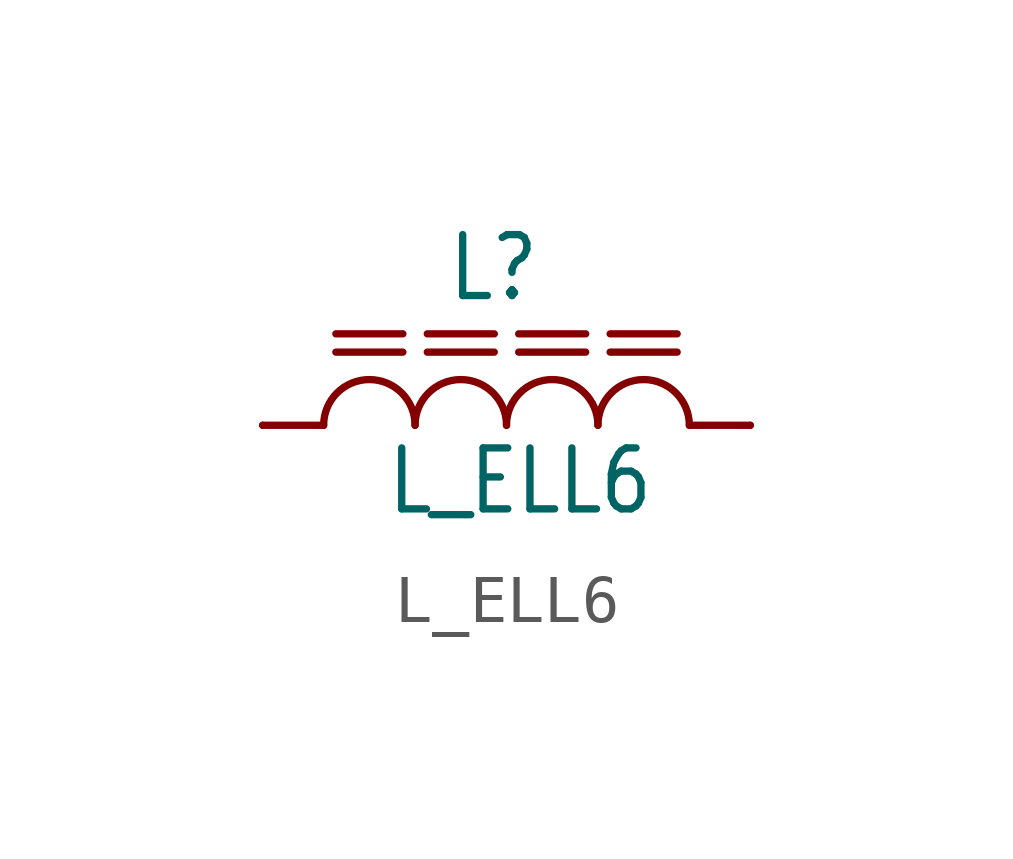
<source format=kicad_sym>
(kicad_symbol_lib
  (version 20201005)
  (generator kicad_symbol_editor)
  (symbol "L_ELL6"
    (property "Reference" "L"
      (at -1.27 2.54 0)
      (effects (font (size 1.27 1.079)) (justify left bottom)))
    (property "Value" "L_ELL6"
      (at -2.54 -1.905 0)
      (effects (font (size 1.27 1.079)) (justify left bottom)))
    (property "ki_locked" ""
      (at 0 0 0)
      (effects (font (size 1.27 1.27))))
    (symbol "L_ELL6_1_0"
      (arc (start -1.905 0) (end -3.81 0) (radius (at -2.8575 0) (length 0.9525) (angles 0.1 179.9)) (stroke (width 0.1524)) (fill (type none)))
      (arc (start 0 0) (end -1.905 0) (radius (at -0.9525 0) (length 0.9525) (angles 0.1 179.9)) (stroke (width 0.1524)) (fill (type none)))
      (arc (start 1.905 0) (end 0 0) (radius (at 0.9525 0) (length 0.9525) (angles 0.1 179.9)) (stroke (width 0.1524)) (fill (type none)))
      (arc (start 3.81 0) (end 1.905 0) (radius (at 2.8575 0) (length 0.9525) (angles 0.1 179.9)) (stroke (width 0.1524)) (fill (type none)))
      (polyline (pts (xy 3.81 0) (xy 5.08 0)) (stroke (width 0.152)) (fill (type none)))
      (polyline (pts (xy -5.08 0) (xy -3.81 0)) (stroke (width 0.152)) (fill (type none)))
      (polyline (pts (xy -3.556 1.905) (xy -2.159 1.905)) (stroke (width 0.152)) (fill (type none)))
      (polyline (pts (xy 0.254 1.905) (xy 1.651 1.905)) (stroke (width 0.152)) (fill (type none)))
      (polyline (pts (xy -1.651 1.905) (xy -0.254 1.905)) (stroke (width 0.152)) (fill (type none)))
      (polyline (pts (xy 2.159 1.905) (xy 3.556 1.905)) (stroke (width 0.152)) (fill (type none)))
      (polyline (pts (xy -3.556 1.524) (xy -2.159 1.524)) (stroke (width 0.152)) (fill (type none)))
      (polyline (pts (xy -1.651 1.524) (xy -0.254 1.524)) (stroke (width 0.152)) (fill (type none)))
      (polyline (pts (xy 0.254 1.524) (xy 1.651 1.524)) (stroke (width 0.152)) (fill (type none)))
      (polyline (pts (xy 2.159 1.524) (xy 3.556 1.524)) (stroke (width 0.152)) (fill (type none)))
      (pin passive line (at -5.08 0 0) (length 0) (name "1" (effects (font (size 0 0)))) (number "P$1" (effects (font (size 0 0)))))
      (pin passive line (at 5.08 0 180) (length 0) (name "2" (effects (font (size 0 0)))) (number "P$2" (effects (font (size 0 0))))))))
</source>
